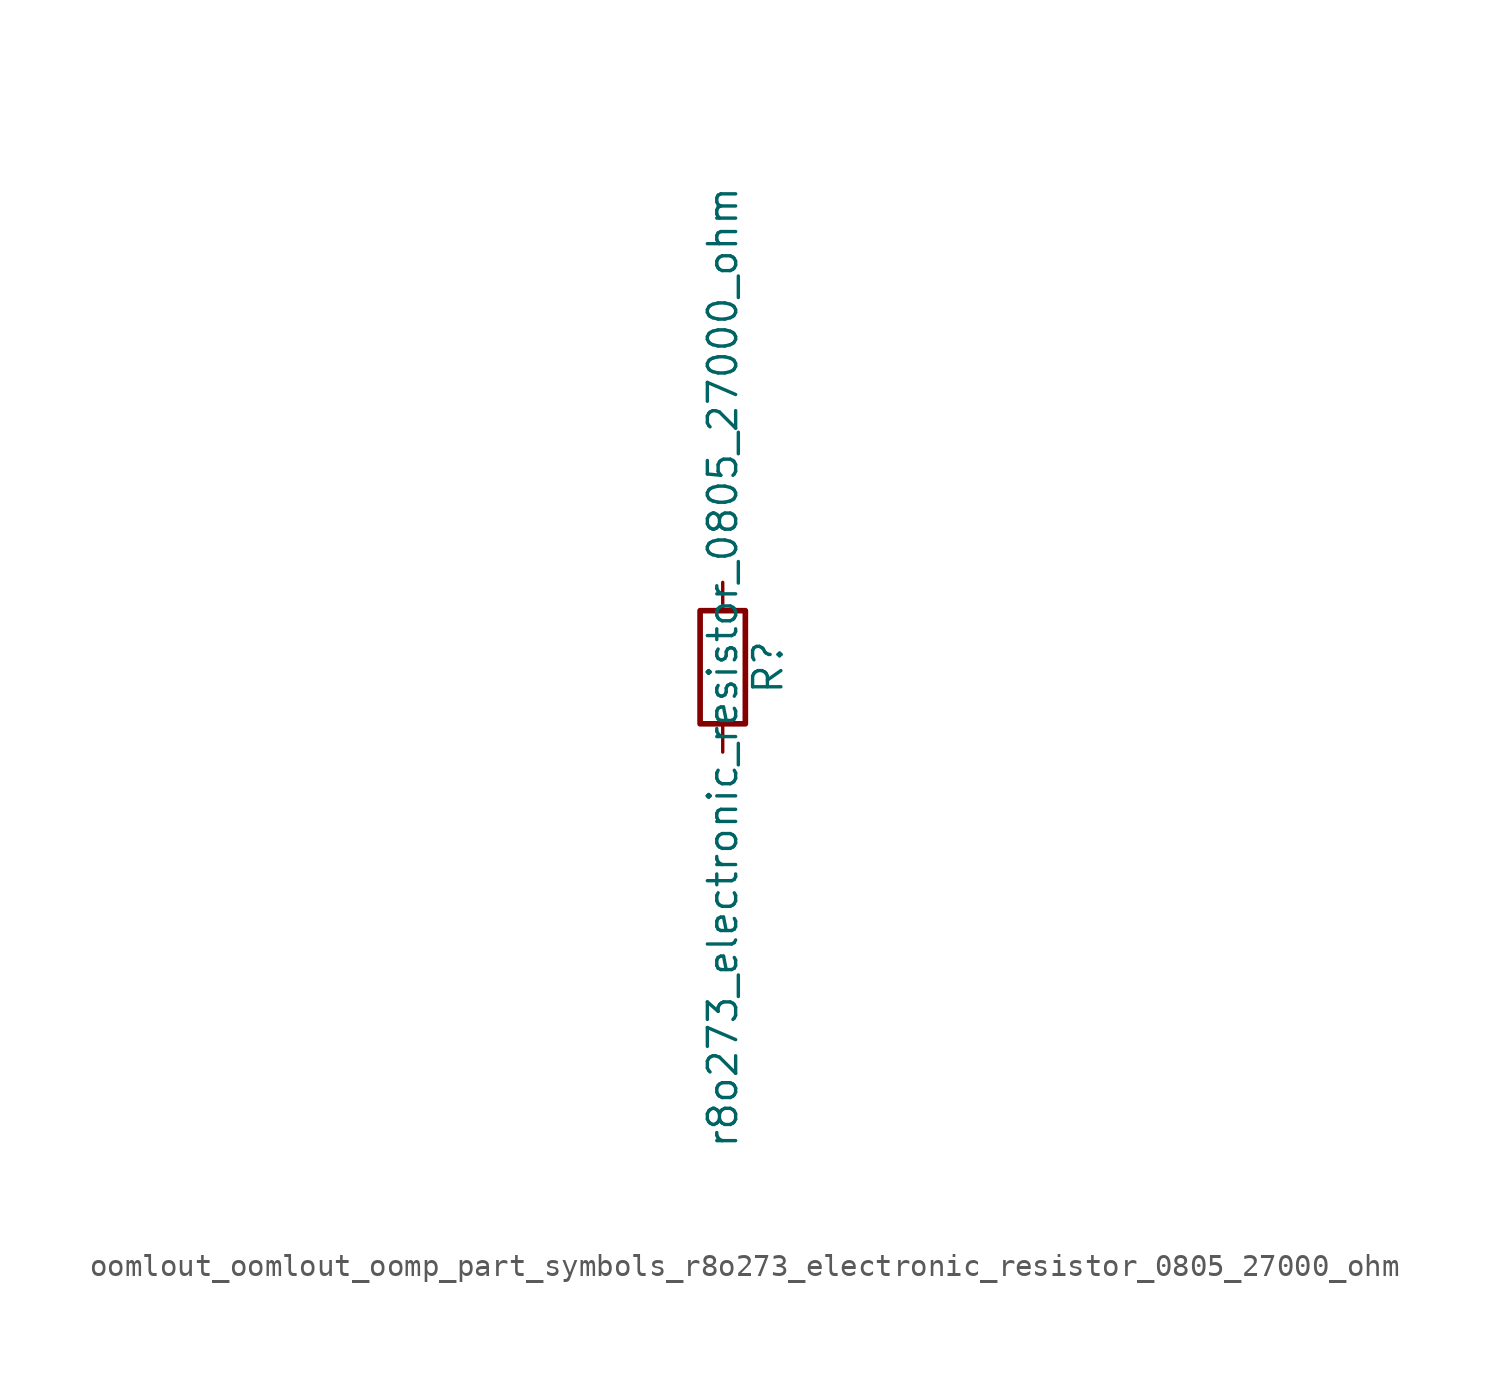
<source format=kicad_sym>
(kicad_symbol_lib
  (version 20220914)
  (generator kicad_symbol_editor)
  (symbol "oomlout_oomlout_oomp_part_symbols_r8o273_electronic_resistor_0805_27000_ohm"
    (pin_numbers hide)
    (pin_names
      (offset 0))
    (property "Reference" "R"
      (at 2.032 0 90)
      (effects (font (size 1.27 1.27))))
    (property "Value" "r8o273_electronic_resistor_0805_27000_ohm"
      (at 0 0 90)
      (effects (font (size 1.27 1.27))))
    (symbol "oomlout_oomlout_oomp_part_symbols_r8o273_electronic_resistor_0805_27000_ohm_0_1"
      (rectangle (start -1.016 -2.54) (end 1.016 2.54) (stroke (width 0.254) (type default)) (fill (type none))))
    (symbol "oomlout_oomlout_oomp_part_symbols_r8o273_electronic_resistor_0805_27000_ohm_1_1"
      (pin passive line (at 0 3.81 270) (length 1.27) (name "~" (effects (font (size 1.27 1.27)))) (number "1" (effects (font (size 1.27 1.27)))))
      (pin passive line (at 0 -3.81 90) (length 1.27) (name "~" (effects (font (size 1.27 1.27)))) (number "2" (effects (font (size 1.27 1.27))))))))
</source>
